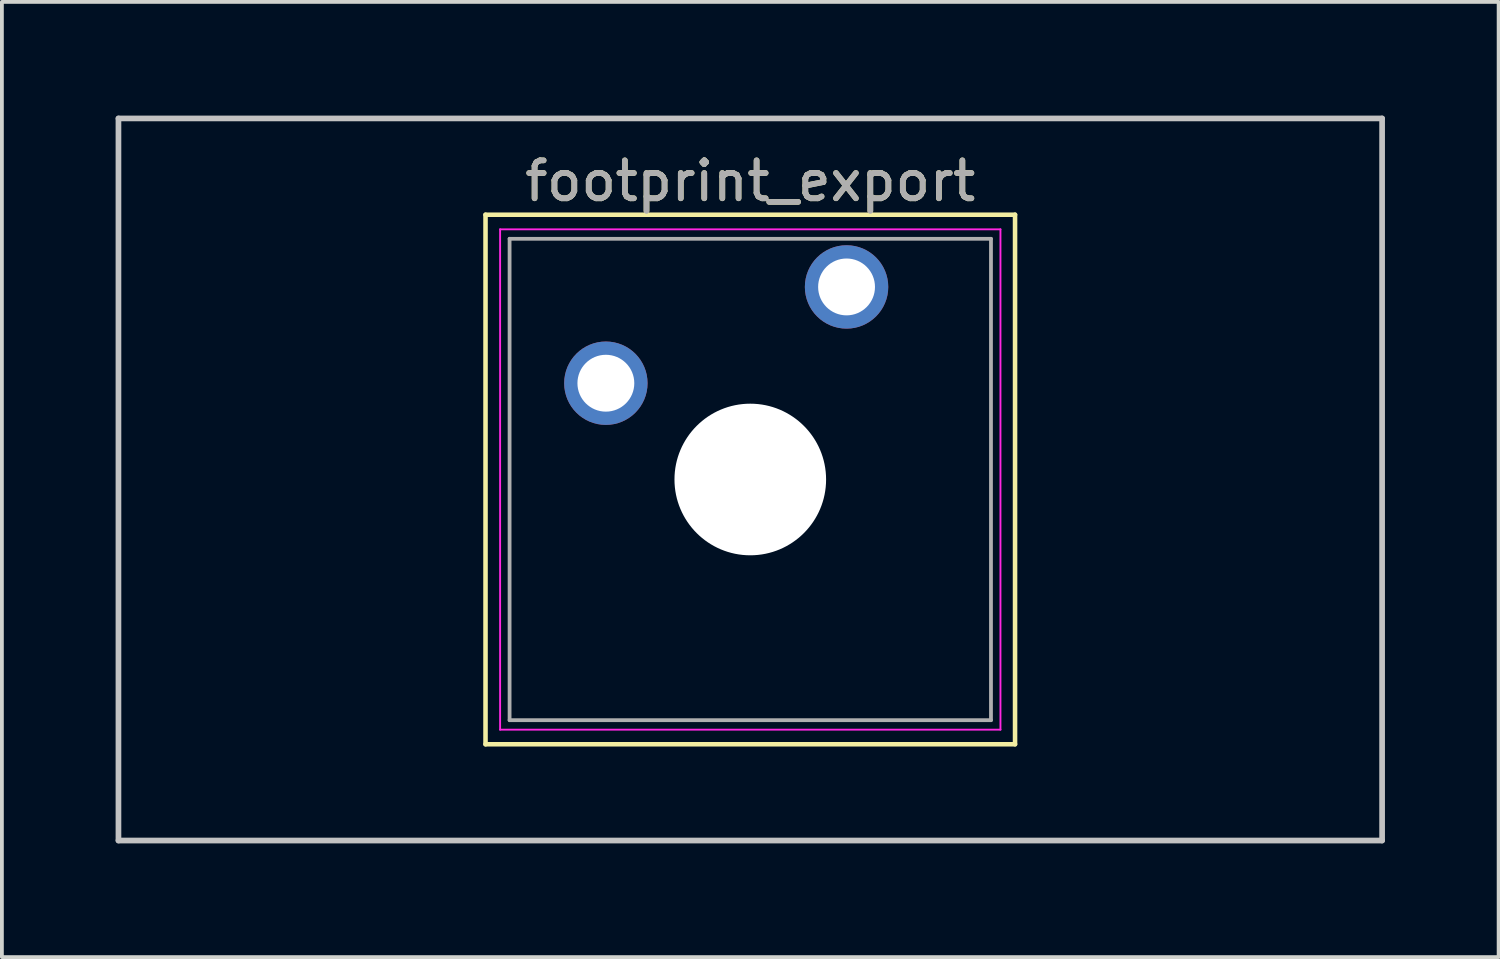
<source format=kicad_pcb>
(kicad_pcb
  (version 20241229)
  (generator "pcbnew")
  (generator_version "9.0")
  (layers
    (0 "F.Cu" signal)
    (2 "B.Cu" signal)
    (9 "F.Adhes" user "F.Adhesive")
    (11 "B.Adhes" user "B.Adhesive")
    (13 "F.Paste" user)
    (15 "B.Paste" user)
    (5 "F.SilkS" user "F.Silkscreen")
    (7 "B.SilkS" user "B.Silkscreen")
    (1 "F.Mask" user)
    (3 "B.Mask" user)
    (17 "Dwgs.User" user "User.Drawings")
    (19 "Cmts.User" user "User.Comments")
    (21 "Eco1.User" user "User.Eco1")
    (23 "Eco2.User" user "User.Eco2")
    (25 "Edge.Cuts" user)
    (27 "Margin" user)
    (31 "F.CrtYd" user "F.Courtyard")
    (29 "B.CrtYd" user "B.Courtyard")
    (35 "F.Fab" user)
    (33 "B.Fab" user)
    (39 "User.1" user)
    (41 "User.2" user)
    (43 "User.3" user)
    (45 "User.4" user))
  (footprint "footprint_export"
    (layer "F.Cu")
    (at 19.284 4.52)
    (property "Reference" "footprint_export" (at -2.54 -2.794 0) (layer "F.SilkS") (effects (font (size 1 1) (thickness 0.15))))
    (attr through_hole)
    (fp_line (start -9.525 -1.905) (end 4.445 -1.905) (stroke (width 0.12) (type solid)) (layer "F.SilkS"))
    (fp_line (start -9.525 12.065) (end -9.525 -1.905) (stroke (width 0.12) (type solid)) (layer "F.SilkS"))
    (fp_line (start 4.445 -1.905) (end 4.445 12.065) (stroke (width 0.12) (type solid)) (layer "F.SilkS"))
    (fp_line (start 4.445 12.065) (end -9.525 12.065) (stroke (width 0.12) (type solid)) (layer "F.SilkS"))
    (fp_line (start -19.209 -4.445) (end 14.129 -4.445) (stroke (width 0.15) (type solid)) (layer "Dwgs.User"))
    (fp_line (start -19.209 14.605) (end -19.209 -4.445) (stroke (width 0.15) (type solid)) (layer "Dwgs.User"))
    (fp_line (start 14.129 -4.445) (end 14.129 14.605) (stroke (width 0.15) (type solid)) (layer "Dwgs.User"))
    (fp_line (start 14.129 14.605) (end -19.209 14.605) (stroke (width 0.15) (type solid)) (layer "Dwgs.User"))
    (fp_line (start -9.14 -1.52) (end 4.06 -1.52) (stroke (width 0.05) (type solid)) (layer "F.CrtYd"))
    (fp_line (start -9.14 11.68) (end -9.14 -1.52) (stroke (width 0.05) (type solid)) (layer "F.CrtYd"))
    (fp_line (start 4.06 -1.52) (end 4.06 11.68) (stroke (width 0.05) (type solid)) (layer "F.CrtYd"))
    (fp_line (start 4.06 11.68) (end -9.14 11.68) (stroke (width 0.05) (type solid)) (layer "F.CrtYd"))
    (fp_line (start -8.89 -1.27) (end 3.81 -1.27) (stroke (width 0.1) (type solid)) (layer "F.Fab"))
    (fp_line (start -8.89 11.43) (end -8.89 -1.27) (stroke (width 0.1) (type solid)) (layer "F.Fab"))
    (fp_line (start 3.81 -1.27) (end 3.81 11.43) (stroke (width 0.1) (type solid)) (layer "F.Fab"))
    (fp_line (start 3.81 11.43) (end -8.89 11.43) (stroke (width 0.1) (type solid)) (layer "F.Fab"))
    (fp_text user "${REFERENCE}" (at -2.54 -2.794 0) (layer "F.Fab") (effects (font (size 1 1) (thickness 0.15))))
    (pad "" np_thru_hole circle (at -2.54 5.08) (size 4 4) (drill 4) (layers "*.Cu" "*.Mask"))
    (pad "1" thru_hole circle (at 0 0) (size 2.2 2.2) (drill 1.5) (layers "*.Cu" "*.Mask"))
    (pad "2" thru_hole circle (at -6.35 2.54) (size 2.2 2.2) (drill 1.5) (layers "*.Cu" "*.Mask")))
  (gr_rect
    (start -3 -3)
    (end 36.487 22.2)
    (stroke (width 0.1) (type default))
    (fill no)
    (layer "Edge.Cuts")))
</source>
